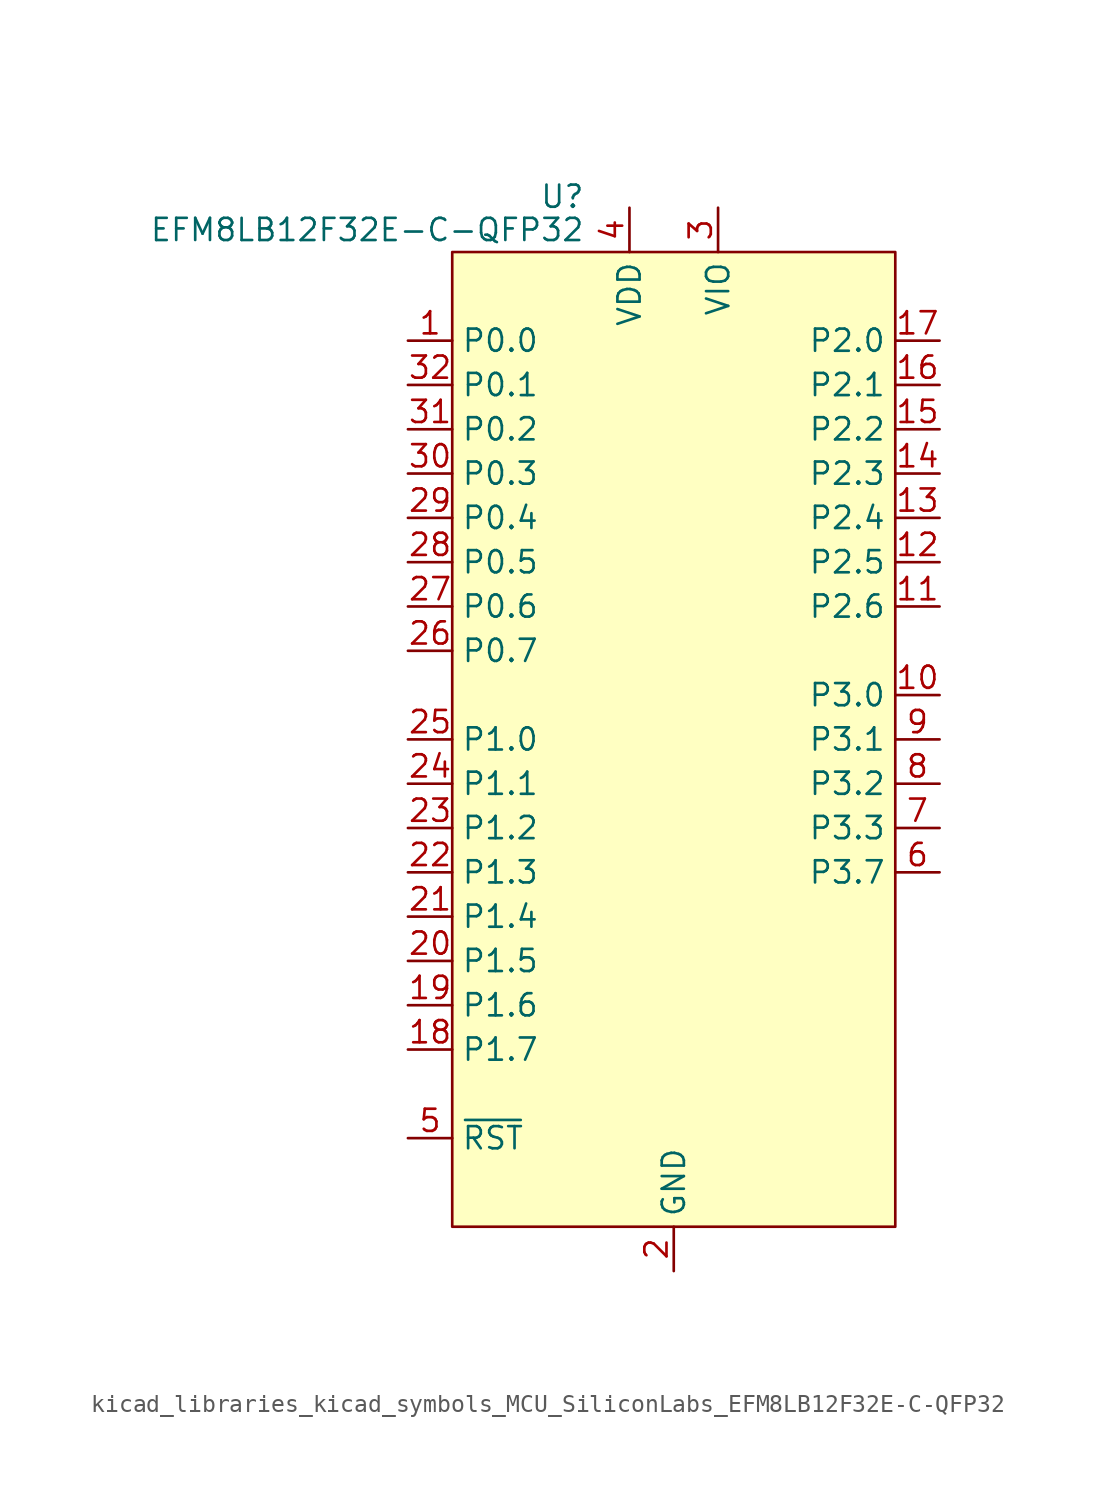
<source format=kicad_sym>
(kicad_symbol_lib
  (version 20220914)
  (generator kicad_symbol_editor)
  (symbol "kicad_libraries_kicad_symbols_MCU_SiliconLabs_EFM8LB12F32E-C-QFP32"
    (property "Reference" "U"
      (at -5.08 31.115 0)
      (effects (font (size 1.27 1.27)) (justify right)))
    (property "Value" "EFM8LB12F32E-C-QFP32"
      (at -5.08 29.21 0)
      (effects (font (size 1.27 1.27)) (justify right)))
    (symbol "kicad_libraries_kicad_symbols_MCU_SiliconLabs_EFM8LB12F32E-C-QFP32_0_0"
      (pin bidirectional line (at -15.24 22.86 0) (length 2.54) (name "P0.0" (effects (font (size 1.27 1.27)))) (number "1" (effects (font (size 1.27 1.27)))))
      (pin bidirectional line (at 15.24 2.54 180) (length 2.54) (name "P3.0" (effects (font (size 1.27 1.27)))) (number "10" (effects (font (size 1.27 1.27)))))
      (pin bidirectional line (at 15.24 7.62 180) (length 2.54) (name "P2.6" (effects (font (size 1.27 1.27)))) (number "11" (effects (font (size 1.27 1.27)))))
      (pin bidirectional line (at 15.24 10.16 180) (length 2.54) (name "P2.5" (effects (font (size 1.27 1.27)))) (number "12" (effects (font (size 1.27 1.27)))))
      (pin bidirectional line (at 15.24 12.7 180) (length 2.54) (name "P2.4" (effects (font (size 1.27 1.27)))) (number "13" (effects (font (size 1.27 1.27)))))
      (pin bidirectional line (at 15.24 15.24 180) (length 2.54) (name "P2.3" (effects (font (size 1.27 1.27)))) (number "14" (effects (font (size 1.27 1.27)))))
      (pin bidirectional line (at 15.24 17.78 180) (length 2.54) (name "P2.2" (effects (font (size 1.27 1.27)))) (number "15" (effects (font (size 1.27 1.27)))))
      (pin bidirectional line (at 15.24 20.32 180) (length 2.54) (name "P2.1" (effects (font (size 1.27 1.27)))) (number "16" (effects (font (size 1.27 1.27)))))
      (pin bidirectional line (at 15.24 22.86 180) (length 2.54) (name "P2.0" (effects (font (size 1.27 1.27)))) (number "17" (effects (font (size 1.27 1.27)))))
      (pin bidirectional line (at -15.24 -17.78 0) (length 2.54) (name "P1.7" (effects (font (size 1.27 1.27)))) (number "18" (effects (font (size 1.27 1.27)))))
      (pin bidirectional line (at -15.24 -15.24 0) (length 2.54) (name "P1.6" (effects (font (size 1.27 1.27)))) (number "19" (effects (font (size 1.27 1.27)))))
      (pin power_in line (at 0 -30.48 90) (length 2.54) (name "GND" (effects (font (size 1.27 1.27)))) (number "2" (effects (font (size 1.27 1.27)))))
      (pin bidirectional line (at -15.24 -12.7 0) (length 2.54) (name "P1.5" (effects (font (size 1.27 1.27)))) (number "20" (effects (font (size 1.27 1.27)))))
      (pin bidirectional line (at -15.24 -10.16 0) (length 2.54) (name "P1.4" (effects (font (size 1.27 1.27)))) (number "21" (effects (font (size 1.27 1.27)))))
      (pin bidirectional line (at -15.24 -7.62 0) (length 2.54) (name "P1.3" (effects (font (size 1.27 1.27)))) (number "22" (effects (font (size 1.27 1.27)))))
      (pin bidirectional line (at -15.24 -5.08 0) (length 2.54) (name "P1.2" (effects (font (size 1.27 1.27)))) (number "23" (effects (font (size 1.27 1.27)))))
      (pin bidirectional line (at -15.24 -2.54 0) (length 2.54) (name "P1.1" (effects (font (size 1.27 1.27)))) (number "24" (effects (font (size 1.27 1.27)))))
      (pin bidirectional line (at -15.24 0 0) (length 2.54) (name "P1.0" (effects (font (size 1.27 1.27)))) (number "25" (effects (font (size 1.27 1.27)))))
      (pin bidirectional line (at -15.24 5.08 0) (length 2.54) (name "P0.7" (effects (font (size 1.27 1.27)))) (number "26" (effects (font (size 1.27 1.27)))))
      (pin bidirectional line (at -15.24 7.62 0) (length 2.54) (name "P0.6" (effects (font (size 1.27 1.27)))) (number "27" (effects (font (size 1.27 1.27)))))
      (pin bidirectional line (at -15.24 10.16 0) (length 2.54) (name "P0.5" (effects (font (size 1.27 1.27)))) (number "28" (effects (font (size 1.27 1.27)))))
      (pin bidirectional line (at -15.24 12.7 0) (length 2.54) (name "P0.4" (effects (font (size 1.27 1.27)))) (number "29" (effects (font (size 1.27 1.27)))))
      (pin power_in line (at 2.54 30.48 270) (length 2.54) (name "VIO" (effects (font (size 1.27 1.27)))) (number "3" (effects (font (size 1.27 1.27)))))
      (pin bidirectional line (at -15.24 15.24 0) (length 2.54) (name "P0.3" (effects (font (size 1.27 1.27)))) (number "30" (effects (font (size 1.27 1.27)))))
      (pin bidirectional line (at -15.24 17.78 0) (length 2.54) (name "P0.2" (effects (font (size 1.27 1.27)))) (number "31" (effects (font (size 1.27 1.27)))))
      (pin bidirectional line (at -15.24 20.32 0) (length 2.54) (name "P0.1" (effects (font (size 1.27 1.27)))) (number "32" (effects (font (size 1.27 1.27)))))
      (pin power_in line (at -2.54 30.48 270) (length 2.54) (name "VDD" (effects (font (size 1.27 1.27)))) (number "4" (effects (font (size 1.27 1.27)))))
      (pin input line (at -15.24 -22.86 0) (length 2.54) (name "~{RST}" (effects (font (size 1.27 1.27)))) (number "5" (effects (font (size 1.27 1.27)))) (alternate "C2CK" input line))
      (pin bidirectional line (at 15.24 -7.62 180) (length 2.54) (name "P3.7" (effects (font (size 1.27 1.27)))) (number "6" (effects (font (size 1.27 1.27)))) (alternate "C2D" bidirectional line))
      (pin bidirectional line (at 15.24 -5.08 180) (length 2.54) (name "P3.3" (effects (font (size 1.27 1.27)))) (number "7" (effects (font (size 1.27 1.27)))))
      (pin bidirectional line (at 15.24 -2.54 180) (length 2.54) (name "P3.2" (effects (font (size 1.27 1.27)))) (number "8" (effects (font (size 1.27 1.27)))))
      (pin bidirectional line (at 15.24 0 180) (length 2.54) (name "P3.1" (effects (font (size 1.27 1.27)))) (number "9" (effects (font (size 1.27 1.27))))))
    (symbol "kicad_libraries_kicad_symbols_MCU_SiliconLabs_EFM8LB12F32E-C-QFP32_0_1"
      (rectangle (start -12.7 27.94) (end 12.7 -27.94) (stroke (width 0.152) (type default)) (fill (type background))))))
</source>
